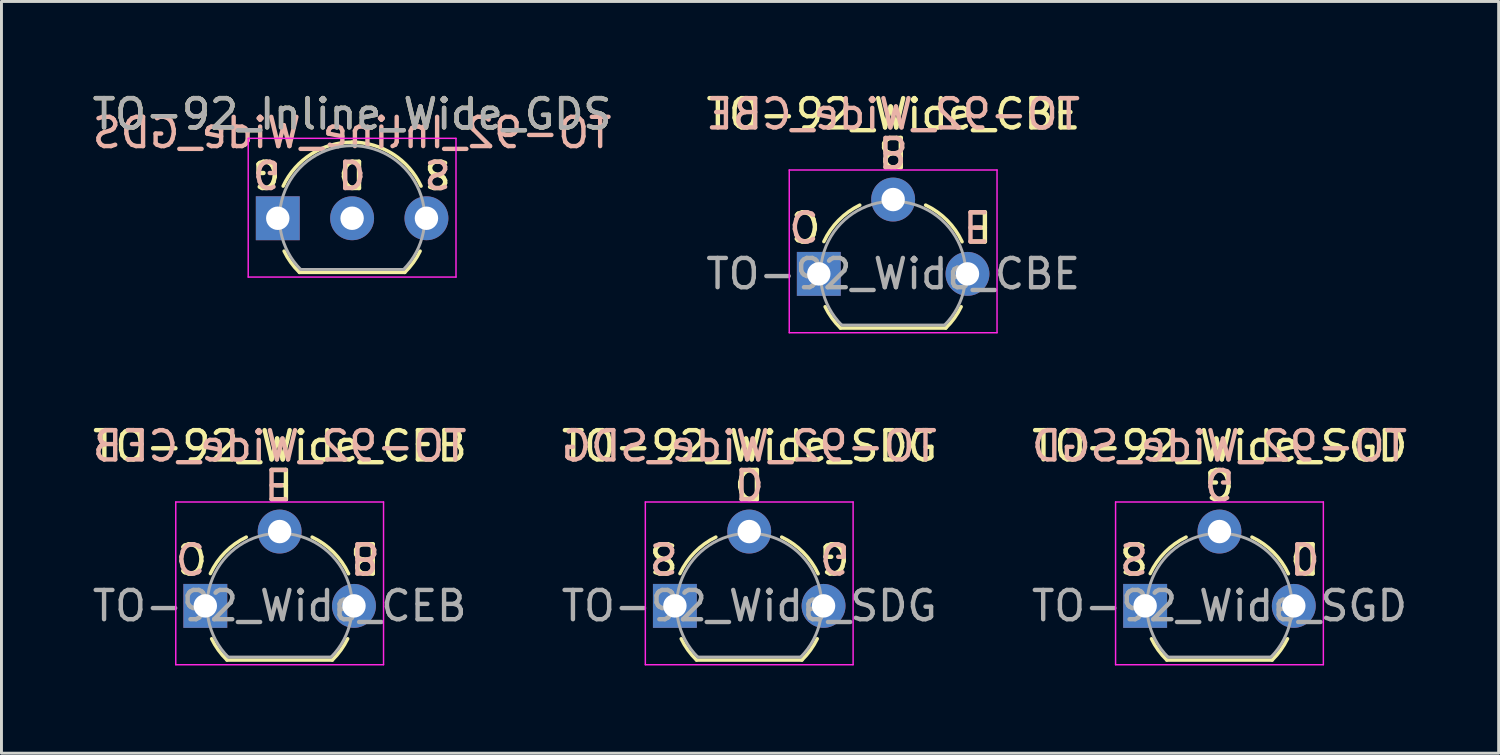
<source format=kicad_pcb>
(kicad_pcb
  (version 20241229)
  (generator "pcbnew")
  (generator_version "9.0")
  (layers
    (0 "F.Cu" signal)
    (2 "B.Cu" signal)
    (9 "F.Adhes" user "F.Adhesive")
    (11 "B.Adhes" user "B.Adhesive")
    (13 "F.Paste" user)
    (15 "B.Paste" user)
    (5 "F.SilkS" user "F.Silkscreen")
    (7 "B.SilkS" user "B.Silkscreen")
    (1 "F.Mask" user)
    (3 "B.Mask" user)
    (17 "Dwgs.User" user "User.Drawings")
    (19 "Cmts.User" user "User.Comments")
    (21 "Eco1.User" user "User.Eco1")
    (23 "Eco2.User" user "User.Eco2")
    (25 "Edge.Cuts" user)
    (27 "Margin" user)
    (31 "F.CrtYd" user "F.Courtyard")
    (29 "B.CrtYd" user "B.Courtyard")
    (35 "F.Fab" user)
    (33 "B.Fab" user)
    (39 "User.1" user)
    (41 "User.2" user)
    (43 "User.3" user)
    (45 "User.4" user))
  (footprint "TO-92_Inline_Wide_GDS"
    (layer "F.Cu")
    (at 6.442 4.408)
    (property "Reference" "TO-92_Inline_Wide_GDS" (at 2.54 -3.56 0) (layer "F.SilkS") (effects (font (size 1 1) (thickness 0.15))))
    (fp_line (start 0.74 1.85) (end 4.34 1.85) (stroke (width 0.12) (type solid)) (layer "F.SilkS"))
    (fp_arc (start 0.1836 -1.098807) (mid 1.143021 -2.192817) (end 2.54 -2.6) (stroke (width 0.12) (type solid)) (layer "F.SilkS"))
    (fp_arc (start 0.74 1.85) (mid 0.446097 1.509328) (end 0.215816 1.122795) (stroke (width 0.12) (type solid)) (layer "F.SilkS"))
    (fp_arc (start 2.54 -2.6) (mid 3.936979 -2.192818) (end 4.8964 -1.098807) (stroke (width 0.12) (type solid)) (layer "F.SilkS"))
    (fp_arc (start 4.864184 1.122795) (mid 4.633903 1.509328) (end 4.34 1.85) (stroke (width 0.12) (type solid)) (layer "F.SilkS"))
    (fp_line (start -1.01 -2.73) (end -1.01 2.01) (stroke (width 0.05) (type solid)) (layer "F.CrtYd"))
    (fp_line (start -1.01 -2.73) (end 6.09 -2.73) (stroke (width 0.05) (type solid)) (layer "F.CrtYd"))
    (fp_line (start 6.09 2.01) (end -1.01 2.01) (stroke (width 0.05) (type solid)) (layer "F.CrtYd"))
    (fp_line (start 6.09 2.01) (end 6.09 -2.73) (stroke (width 0.05) (type solid)) (layer "F.CrtYd"))
    (fp_line (start 0.8 1.75) (end 4.3 1.75) (stroke (width 0.1) (type solid)) (layer "F.Fab"))
    (fp_arc (start 0.786375 1.753625) (mid 0.248779 -0.949055) (end 2.54 -2.48) (stroke (width 0.1) (type solid)) (layer "F.Fab"))
    (fp_arc (start 2.54 -2.48) (mid 4.831221 -0.949055) (end 4.293625 1.753625) (stroke (width 0.1) (type solid)) (layer "F.Fab"))
    (fp_text user "G" (at -0.381 -1.524 180) (unlocked yes) (layer "F.SilkS") (effects (font (size 0.9 0.9) (thickness 0.15))))
    (fp_text user "S" (at 5.461 -1.524 180) (unlocked yes) (layer "F.SilkS") (effects (font (size 0.9 0.9) (thickness 0.15))))
    (fp_text user "D" (at 2.54 -1.524 180) (unlocked yes) (layer "F.SilkS") (effects (font (size 0.9 0.9) (thickness 0.15))))
    (fp_text user "G" (at -0.381 -1.524 180) (unlocked yes) (layer "B.SilkS") (effects (font (size 0.9 0.9) (thickness 0.15)) (justify mirror)))
    (fp_text user "S" (at 5.461 -1.524 180) (unlocked yes) (layer "B.SilkS") (effects (font (size 0.9 0.9) (thickness 0.15)) (justify mirror)))
    (fp_text user "D" (at 2.54 -1.524 180) (unlocked yes) (layer "B.SilkS") (effects (font (size 0.9 0.9) (thickness 0.15)) (justify mirror)))
    (fp_text user "${REFERENCE}" (at 2.54 -2.921 0) (layer "B.SilkS") (effects (font (size 1 1) (thickness 0.15)) (justify mirror)))
    (fp_text user "${REFERENCE}" (at 2.54 -3.56 0) (layer "F.Fab") (effects (font (size 1 1) (thickness 0.15))))
    (pad "1" thru_hole rect (at 0 0 90) (size 1.5 1.5) (drill 0.8) (layers "*.Cu" "*.Mask"))
    (pad "2" thru_hole circle (at 2.54 0 90) (size 1.5 1.5) (drill 0.8) (layers "*.Cu" "*.Mask"))
    (pad "3" thru_hole circle (at 5.08 0 90) (size 1.5 1.5) (drill 0.8) (layers "*.Cu" "*.Mask")))
  (footprint "TO-92_Wide_SGD"
    (layer "F.Cu")
    (at 36.081 17.654)
    (property "Reference" "TO-92_Wide_SGD" (at 2.55 -5.461 0) (layer "F.SilkS") (effects (font (size 1 1) (thickness 0.15))))
    (fp_line (start 0.74 1.85) (end 4.34 1.85) (stroke (width 0.12) (type solid)) (layer "F.SilkS"))
    (fp_arc (start 0.172801 -1.103842) (mid 0.678995 -1.832692) (end 1.4 -2.35) (stroke (width 0.12) (type solid)) (layer "F.SilkS"))
    (fp_arc (start 0.74 1.85) (mid 0.446097 1.509328) (end 0.215816 1.122795) (stroke (width 0.12) (type solid)) (layer "F.SilkS"))
    (fp_arc (start 3.65 -2.35) (mid 4.382279 -1.833196) (end 4.895458 -1.098371) (stroke (width 0.12) (type solid)) (layer "F.SilkS"))
    (fp_arc (start 4.864184 1.122795) (mid 4.633903 1.509328) (end 4.34 1.85) (stroke (width 0.12) (type solid)) (layer "F.SilkS"))
    (fp_line (start -1.01 -3.55) (end -1.01 2.01) (stroke (width 0.05) (type solid)) (layer "F.CrtYd"))
    (fp_line (start -1.01 -3.55) (end 6.09 -3.55) (stroke (width 0.05) (type solid)) (layer "F.CrtYd"))
    (fp_line (start 6.09 2.01) (end -1.01 2.01) (stroke (width 0.05) (type solid)) (layer "F.CrtYd"))
    (fp_line (start 6.09 2.01) (end 6.09 -3.55) (stroke (width 0.05) (type solid)) (layer "F.CrtYd"))
    (fp_line (start 0.8 1.75) (end 4.3 1.75) (stroke (width 0.1) (type solid)) (layer "F.Fab"))
    (fp_arc (start 0.786375 1.753625) (mid 0.248779 -0.949055) (end 2.54 -2.48) (stroke (width 0.1) (type solid)) (layer "F.Fab"))
    (fp_arc (start 2.54 -2.48) (mid 4.831221 -0.949055) (end 4.293625 1.753625) (stroke (width 0.1) (type solid)) (layer "F.Fab"))
    (fp_text user "S" (at -0.381 -1.651 180) (unlocked yes) (layer "F.SilkS") (effects (font (size 1 1) (thickness 0.15))))
    (fp_text user "G" (at 2.54 -4.191 180) (unlocked yes) (layer "F.SilkS") (effects (font (size 1 1) (thickness 0.15))))
    (fp_text user "D" (at 5.461 -1.651 180) (unlocked yes) (layer "F.SilkS") (effects (font (size 1 1) (thickness 0.15))))
    (fp_text user "${REFERENCE}" (at 2.54 -5.461 0) (layer "B.SilkS") (effects (font (size 1 1) (thickness 0.15)) (justify mirror)))
    (fp_text user "D" (at 5.461 -1.651 180) (unlocked yes) (layer "B.SilkS") (effects (font (size 1 1) (thickness 0.15)) (justify mirror)))
    (fp_text user "S" (at -0.381 -1.651 180) (unlocked yes) (layer "B.SilkS") (effects (font (size 1 1) (thickness 0.15)) (justify mirror)))
    (fp_text user "G" (at 2.54 -4.191 180) (unlocked yes) (layer "B.SilkS") (effects (font (size 1 1) (thickness 0.15)) (justify mirror)))
    (fp_text user "${REFERENCE}" (at 2.54 0 0) (layer "F.Fab") (effects (font (size 1 1) (thickness 0.15))))
    (pad "1" thru_hole rect (at 0 0 90) (size 1.5 1.5) (drill 0.8) (layers "*.Cu" "*.Mask"))
    (pad "2" thru_hole circle (at 2.54 -2.54 90) (size 1.5 1.5) (drill 0.8) (layers "*.Cu" "*.Mask"))
    (pad "3" thru_hole circle (at 5.08 0 90) (size 1.5 1.5) (drill 0.8) (layers "*.Cu" "*.Mask")))
  (footprint "TO-92_Wide_CEB"
    (layer "F.Cu")
    (at 3.966 17.654)
    (property "Reference" "TO-92_Wide_CEB" (at 2.55 -5.461 0) (layer "F.SilkS") (effects (font (size 1 1) (thickness 0.15))))
    (fp_line (start 0.74 1.85) (end 4.34 1.85) (stroke (width 0.12) (type solid)) (layer "F.SilkS"))
    (fp_arc (start 0.172801 -1.103842) (mid 0.678995 -1.832692) (end 1.4 -2.35) (stroke (width 0.12) (type solid)) (layer "F.SilkS"))
    (fp_arc (start 0.74 1.85) (mid 0.446097 1.509328) (end 0.215816 1.122795) (stroke (width 0.12) (type solid)) (layer "F.SilkS"))
    (fp_arc (start 3.65 -2.35) (mid 4.382279 -1.833196) (end 4.895458 -1.098371) (stroke (width 0.12) (type solid)) (layer "F.SilkS"))
    (fp_arc (start 4.864184 1.122795) (mid 4.633903 1.509328) (end 4.34 1.85) (stroke (width 0.12) (type solid)) (layer "F.SilkS"))
    (fp_line (start -1.01 -3.55) (end -1.01 2.01) (stroke (width 0.05) (type solid)) (layer "F.CrtYd"))
    (fp_line (start -1.01 -3.55) (end 6.09 -3.55) (stroke (width 0.05) (type solid)) (layer "F.CrtYd"))
    (fp_line (start 6.09 2.01) (end -1.01 2.01) (stroke (width 0.05) (type solid)) (layer "F.CrtYd"))
    (fp_line (start 6.09 2.01) (end 6.09 -3.55) (stroke (width 0.05) (type solid)) (layer "F.CrtYd"))
    (fp_line (start 0.8 1.75) (end 4.3 1.75) (stroke (width 0.1) (type solid)) (layer "F.Fab"))
    (fp_arc (start 0.786375 1.753625) (mid 0.248779 -0.949055) (end 2.54 -2.48) (stroke (width 0.1) (type solid)) (layer "F.Fab"))
    (fp_arc (start 2.54 -2.48) (mid 4.831221 -0.949055) (end 4.293625 1.753625) (stroke (width 0.1) (type solid)) (layer "F.Fab"))
    (fp_text user "E" (at 2.54 -4.191 180) (unlocked yes) (layer "F.SilkS") (effects (font (size 1 1) (thickness 0.15))))
    (fp_text user "C" (at -0.445 -1.651 180) (unlocked yes) (layer "F.SilkS") (effects (font (size 1 1) (thickness 0.15))))
    (fp_text user "B" (at 5.461 -1.651 180) (unlocked yes) (layer "F.SilkS") (effects (font (size 1 1) (thickness 0.15))))
    (fp_text user "B" (at 5.461 -1.651 180) (unlocked yes) (layer "B.SilkS") (effects (font (size 1 1) (thickness 0.15)) (justify mirror)))
    (fp_text user "E" (at 2.477 -4.191 180) (unlocked yes) (layer "B.SilkS") (effects (font (size 1 1) (thickness 0.15)) (justify mirror)))
    (fp_text user "C" (at -0.508 -1.651 180) (unlocked yes) (layer "B.SilkS") (effects (font (size 1 1) (thickness 0.15)) (justify mirror)))
    (fp_text user "${REFERENCE}" (at 2.54 -5.461 0) (layer "B.SilkS") (effects (font (size 1 1) (thickness 0.15)) (justify mirror)))
    (fp_text user "${REFERENCE}" (at 2.54 0 0) (layer "F.Fab") (effects (font (size 1 1) (thickness 0.15))))
    (pad "1" thru_hole rect (at 0 0 90) (size 1.5 1.5) (drill 0.8) (layers "*.Cu" "*.Mask"))
    (pad "2" thru_hole circle (at 2.54 -2.54 90) (size 1.5 1.5) (drill 0.8) (layers "*.Cu" "*.Mask"))
    (pad "3" thru_hole circle (at 5.08 0 90) (size 1.5 1.5) (drill 0.8) (layers "*.Cu" "*.Mask")))
  (footprint "TO-92_Wide_SDG"
    (layer "F.Cu")
    (at 20.012 17.654)
    (property "Reference" "TO-92_Wide_SDG" (at 2.55 -5.461 0) (layer "F.SilkS") (effects (font (size 1 1) (thickness 0.15))))
    (fp_line (start 0.74 1.85) (end 4.34 1.85) (stroke (width 0.12) (type solid)) (layer "F.SilkS"))
    (fp_arc (start 0.172801 -1.103842) (mid 0.678995 -1.832692) (end 1.4 -2.35) (stroke (width 0.12) (type solid)) (layer "F.SilkS"))
    (fp_arc (start 0.74 1.85) (mid 0.446097 1.509328) (end 0.215816 1.122795) (stroke (width 0.12) (type solid)) (layer "F.SilkS"))
    (fp_arc (start 3.65 -2.35) (mid 4.382279 -1.833196) (end 4.895458 -1.098371) (stroke (width 0.12) (type solid)) (layer "F.SilkS"))
    (fp_arc (start 4.864184 1.122795) (mid 4.633903 1.509328) (end 4.34 1.85) (stroke (width 0.12) (type solid)) (layer "F.SilkS"))
    (fp_line (start -1.01 -3.55) (end -1.01 2.01) (stroke (width 0.05) (type solid)) (layer "F.CrtYd"))
    (fp_line (start -1.01 -3.55) (end 6.09 -3.55) (stroke (width 0.05) (type solid)) (layer "F.CrtYd"))
    (fp_line (start 6.09 2.01) (end -1.01 2.01) (stroke (width 0.05) (type solid)) (layer "F.CrtYd"))
    (fp_line (start 6.09 2.01) (end 6.09 -3.55) (stroke (width 0.05) (type solid)) (layer "F.CrtYd"))
    (fp_line (start 0.8 1.75) (end 4.3 1.75) (stroke (width 0.1) (type solid)) (layer "F.Fab"))
    (fp_arc (start 0.786375 1.753625) (mid 0.248779 -0.949055) (end 2.54 -2.48) (stroke (width 0.1) (type solid)) (layer "F.Fab"))
    (fp_arc (start 2.54 -2.48) (mid 4.831221 -0.949055) (end 4.293625 1.753625) (stroke (width 0.1) (type solid)) (layer "F.Fab"))
    (fp_text user "D" (at 2.54 -4.191 180) (unlocked yes) (layer "F.SilkS") (effects (font (size 1 1) (thickness 0.15))))
    (fp_text user "G" (at 5.461 -1.651 180) (unlocked yes) (layer "F.SilkS") (effects (font (size 1 1) (thickness 0.15))))
    (fp_text user "S" (at -0.381 -1.651 180) (unlocked yes) (layer "F.SilkS") (effects (font (size 1 1) (thickness 0.15))))
    (fp_text user "S" (at -0.381 -1.651 180) (unlocked yes) (layer "B.SilkS") (effects (font (size 1 1) (thickness 0.15)) (justify mirror)))
    (fp_text user "${REFERENCE}" (at 2.54 -5.461 0) (layer "B.SilkS") (effects (font (size 1 1) (thickness 0.15)) (justify mirror)))
    (fp_text user "D" (at 2.54 -4.191 180) (unlocked yes) (layer "B.SilkS") (effects (font (size 1 1) (thickness 0.15)) (justify mirror)))
    (fp_text user "G" (at 5.461 -1.651 180) (unlocked yes) (layer "B.SilkS") (effects (font (size 1 1) (thickness 0.15)) (justify mirror)))
    (fp_text user "${REFERENCE}" (at 2.54 0 0) (layer "F.Fab") (effects (font (size 1 1) (thickness 0.15))))
    (pad "1" thru_hole rect (at 0 0 90) (size 1.5 1.5) (drill 0.8) (layers "*.Cu" "*.Mask"))
    (pad "2" thru_hole circle (at 2.54 -2.54 90) (size 1.5 1.5) (drill 0.8) (layers "*.Cu" "*.Mask"))
    (pad "3" thru_hole circle (at 5.08 0 90) (size 1.5 1.5) (drill 0.8) (layers "*.Cu" "*.Mask")))
  (footprint "TO-92_Wide_CBE"
    (layer "F.Cu")
    (at 24.93 6.309)
    (property "Reference" "TO-92_Wide_CBE" (at 2.55 -5.461 0) (layer "F.SilkS") (effects (font (size 1 1) (thickness 0.15))))
    (fp_line (start 0.74 1.85) (end 4.34 1.85) (stroke (width 0.12) (type solid)) (layer "F.SilkS"))
    (fp_arc (start 0.172801 -1.103842) (mid 0.678995 -1.832692) (end 1.4 -2.35) (stroke (width 0.12) (type solid)) (layer "F.SilkS"))
    (fp_arc (start 0.74 1.85) (mid 0.446097 1.509328) (end 0.215816 1.122795) (stroke (width 0.12) (type solid)) (layer "F.SilkS"))
    (fp_arc (start 3.65 -2.35) (mid 4.382279 -1.833196) (end 4.895458 -1.098371) (stroke (width 0.12) (type solid)) (layer "F.SilkS"))
    (fp_arc (start 4.864184 1.122795) (mid 4.633903 1.509328) (end 4.34 1.85) (stroke (width 0.12) (type solid)) (layer "F.SilkS"))
    (fp_line (start -1.01 -3.55) (end -1.01 2.01) (stroke (width 0.05) (type solid)) (layer "F.CrtYd"))
    (fp_line (start -1.01 -3.55) (end 6.09 -3.55) (stroke (width 0.05) (type solid)) (layer "F.CrtYd"))
    (fp_line (start 6.09 2.01) (end -1.01 2.01) (stroke (width 0.05) (type solid)) (layer "F.CrtYd"))
    (fp_line (start 6.09 2.01) (end 6.09 -3.55) (stroke (width 0.05) (type solid)) (layer "F.CrtYd"))
    (fp_line (start 0.8 1.75) (end 4.3 1.75) (stroke (width 0.1) (type solid)) (layer "F.Fab"))
    (fp_arc (start 0.786375 1.753625) (mid 0.248779 -0.949055) (end 2.54 -2.48) (stroke (width 0.1) (type solid)) (layer "F.Fab"))
    (fp_arc (start 2.54 -2.48) (mid 4.831221 -0.949055) (end 4.293625 1.753625) (stroke (width 0.1) (type solid)) (layer "F.Fab"))
    (fp_text user "B" (at 2.54 -4.191 180) (unlocked yes) (layer "F.SilkS") (effects (font (size 1 1) (thickness 0.15))))
    (fp_text user "E" (at 5.461 -1.651 180) (unlocked yes) (layer "F.SilkS") (effects (font (size 1 1) (thickness 0.15))))
    (fp_text user "C" (at -0.445 -1.651 180) (unlocked yes) (layer "F.SilkS") (effects (font (size 1 1) (thickness 0.15))))
    (fp_text user "B" (at 2.54 -4.191 180) (unlocked yes) (layer "B.SilkS") (effects (font (size 1 1) (thickness 0.15)) (justify mirror)))
    (fp_text user "E" (at 5.397 -1.651 180) (unlocked yes) (layer "B.SilkS") (effects (font (size 1 1) (thickness 0.15)) (justify mirror)))
    (fp_text user "C" (at -0.508 -1.651 180) (unlocked yes) (layer "B.SilkS") (effects (font (size 1 1) (thickness 0.15)) (justify mirror)))
    (fp_text user "${REFERENCE}" (at 2.54 -5.461 0) (layer "B.SilkS") (effects (font (size 1 1) (thickness 0.15)) (justify mirror)))
    (fp_text user "${REFERENCE}" (at 2.54 0 0) (layer "F.Fab") (effects (font (size 1 1) (thickness 0.15))))
    (pad "1" thru_hole rect (at 0 0 90) (size 1.5 1.5) (drill 0.8) (layers "*.Cu" "*.Mask"))
    (pad "2" thru_hole circle (at 2.54 -2.54 90) (size 1.5 1.5) (drill 0.8) (layers "*.Cu" "*.Mask"))
    (pad "3" thru_hole circle (at 5.08 0 90) (size 1.5 1.5) (drill 0.8) (layers "*.Cu" "*.Mask")))
  (gr_rect
    (start -3 -3)
    (end 48.161 22.689)
    (stroke (width 0.1) (type default))
    (fill no)
    (layer "Edge.Cuts")))
</source>
